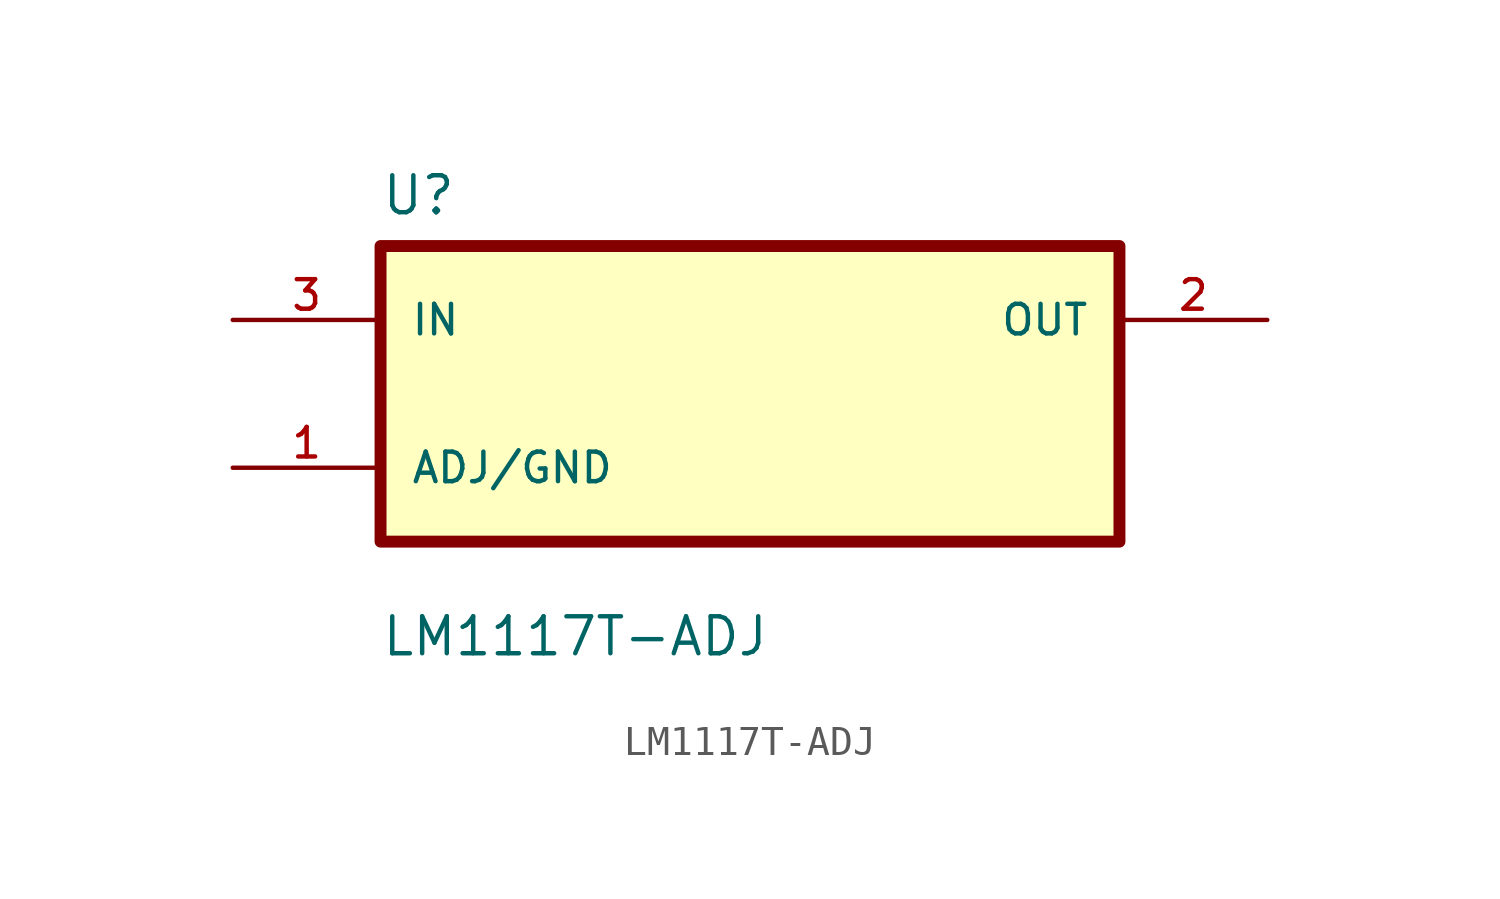
<source format=kicad_sym>
(kicad_symbol_lib
  (version 20211014)
  (generator kicad_symbol_editor)
  (symbol "LM1117T-ADJ"
    (pin_names
      (offset 1.016))
    (property "Reference" "U"
      (at -12.7 6.08 0.0)
      (effects (font (size 1.27 1.27)) (justify bottom left)))
    (property "Value" "LM1117T-ADJ"
      (at -12.7 -9.08 0.0)
      (effects (font (size 1.27 1.27)) (justify bottom left)))
    (symbol "LM1117T-ADJ_0_0"
      (rectangle (start -12.7 -5.08) (end 12.7 5.08) (stroke (width 0.41)) (fill (type background)))
      (pin input line (at -17.78 2.54 0) (length 5.08) (name "IN" (effects (font (size 1.016 1.016)))) (number "3" (effects (font (size 1.016 1.016)))))
      (pin bidirectional line (at -17.78 -2.54 0) (length 5.08) (name "ADJ/GND" (effects (font (size 1.016 1.016)))) (number "1" (effects (font (size 1.016 1.016)))))
      (pin output line (at 17.78 2.54 180.0) (length 5.08) (name "OUT" (effects (font (size 1.016 1.016)))) (number "2" (effects (font (size 1.016 1.016))))))))
</source>
